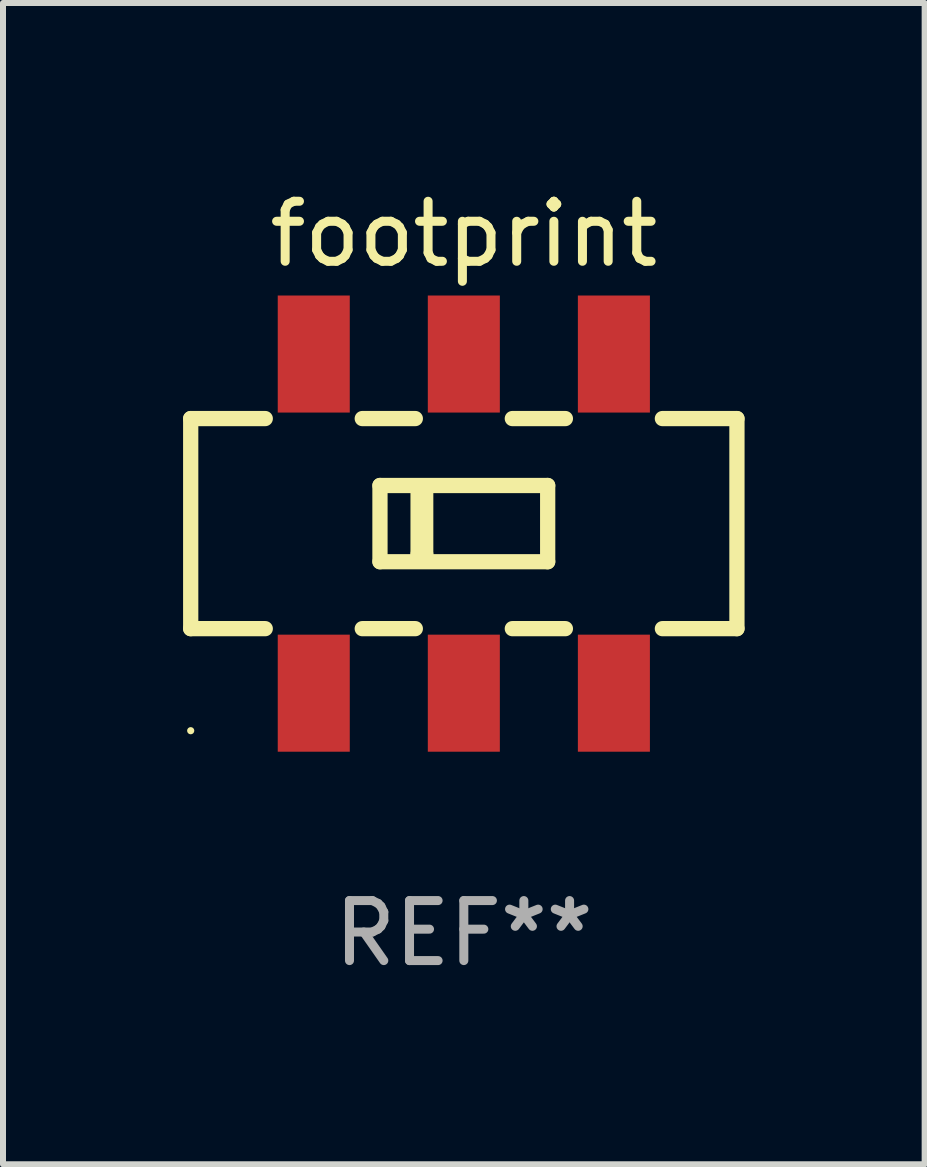
<source format=kicad_pcb>
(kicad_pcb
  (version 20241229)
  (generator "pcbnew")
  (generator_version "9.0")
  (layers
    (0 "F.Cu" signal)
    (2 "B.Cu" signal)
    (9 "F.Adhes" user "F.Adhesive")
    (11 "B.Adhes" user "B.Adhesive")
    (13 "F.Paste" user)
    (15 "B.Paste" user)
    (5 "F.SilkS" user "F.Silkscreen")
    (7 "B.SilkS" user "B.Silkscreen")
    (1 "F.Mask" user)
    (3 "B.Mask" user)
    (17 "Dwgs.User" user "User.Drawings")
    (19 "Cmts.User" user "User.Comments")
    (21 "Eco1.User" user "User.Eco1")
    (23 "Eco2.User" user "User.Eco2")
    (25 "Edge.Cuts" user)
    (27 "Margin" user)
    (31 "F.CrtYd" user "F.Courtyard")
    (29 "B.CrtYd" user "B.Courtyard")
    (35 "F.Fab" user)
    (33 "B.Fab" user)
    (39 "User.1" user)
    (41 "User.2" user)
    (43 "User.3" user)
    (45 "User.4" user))
  (footprint "footprint"
    (layer "F.Cu")
    (at 4.677 5.673)
    (property "Reference" "footprint" (at 0.000013 -4.825 0) (layer "F.SilkS") (effects (font (size 1 1) (thickness 0.15))))
    (attr smd)
    (fp_line (start -4.55 -1.75) (end -4.55 1.75) (stroke (width 0.254) (type solid)) (layer "F.SilkS"))
    (fp_line (start -4.55 -1.75) (end -3.308 -1.75) (stroke (width 0.254) (type solid)) (layer "F.SilkS"))
    (fp_line (start -4.55 1.75) (end -3.308 1.75) (stroke (width 0.254) (type solid)) (layer "F.SilkS"))
    (fp_line (start -1.692 1.75) (end -0.808 1.75) (stroke (width 0.254) (type solid)) (layer "F.SilkS"))
    (fp_line (start -1.692 -1.75) (end -0.808 -1.75) (stroke (width 0.254) (type solid)) (layer "F.SilkS"))
    (fp_line (start -1.397 -0.635) (end -1.397 0.635) (stroke (width 0.254) (type solid)) (layer "F.SilkS"))
    (fp_line (start -1.397 0.635) (end 1.397 0.635) (stroke (width 0.254) (type solid)) (layer "F.SilkS"))
    (fp_line (start -0.762 -0.508) (end -0.762 0.508) (stroke (width 0.254) (type solid)) (layer "F.SilkS"))
    (fp_line (start -0.762 0.508) (end -0.635 0.508) (stroke (width 0.254) (type solid)) (layer "F.SilkS"))
    (fp_line (start -0.635 0.508) (end -0.635 -0.508) (stroke (width 0.254) (type solid)) (layer "F.SilkS"))
    (fp_line (start 0.808 1.75) (end 1.692 1.75) (stroke (width 0.254) (type solid)) (layer "F.SilkS"))
    (fp_line (start 0.808 -1.75) (end 1.692 -1.75) (stroke (width 0.254) (type solid)) (layer "F.SilkS"))
    (fp_line (start 1.397 -0.635) (end -1.397 -0.635) (stroke (width 0.254) (type solid)) (layer "F.SilkS"))
    (fp_line (start 1.397 0.635) (end 1.397 -0.635) (stroke (width 0.254) (type solid)) (layer "F.SilkS"))
    (fp_line (start 3.308 1.75) (end 4.55 1.75) (stroke (width 0.254) (type solid)) (layer "F.SilkS"))
    (fp_line (start 3.308 -1.75) (end 4.55 -1.75) (stroke (width 0.254) (type solid)) (layer "F.SilkS"))
    (fp_line (start 4.55 -1.75) (end 4.55 1.75) (stroke (width 0.254) (type solid)) (layer "F.SilkS"))
    (fp_circle (center -4.55 3.45) (end -4.52 3.45) (stroke (width 0.06) (type solid)) (fill no) (layer "F.SilkS"))
    (fp_text user "REF**" (at 0.000013 6.825 0) (layer "F.Fab") (effects (font (size 1 1) (thickness 0.15))))
    (pad "1" smd rect (at -2.5 2.825) (size 1.2 1.95) (layers "F.Cu" "F.Mask" "F.Paste"))
    (pad "2" smd rect (at 0 2.825) (size 1.2 1.95) (layers "F.Cu" "F.Mask" "F.Paste"))
    (pad "3" smd rect (at 2.5 2.825) (size 1.2 1.95) (layers "F.Cu" "F.Mask" "F.Paste"))
    (pad "4" smd rect (at 2.5 -2.825) (size 1.2 1.95) (layers "F.Cu" "F.Mask" "F.Paste"))
    (pad "5" smd rect (at 0 -2.825) (size 1.2 1.95) (layers "F.Cu" "F.Mask" "F.Paste"))
    (pad "6" smd rect (at -2.5 -2.825) (size 1.2 1.95) (layers "F.Cu" "F.Mask" "F.Paste")))
  (gr_rect
    (start -3 -3)
    (end 12.354 16.346)
    (stroke (width 0.1) (type default))
    (fill no)
    (layer "Edge.Cuts")))
</source>
